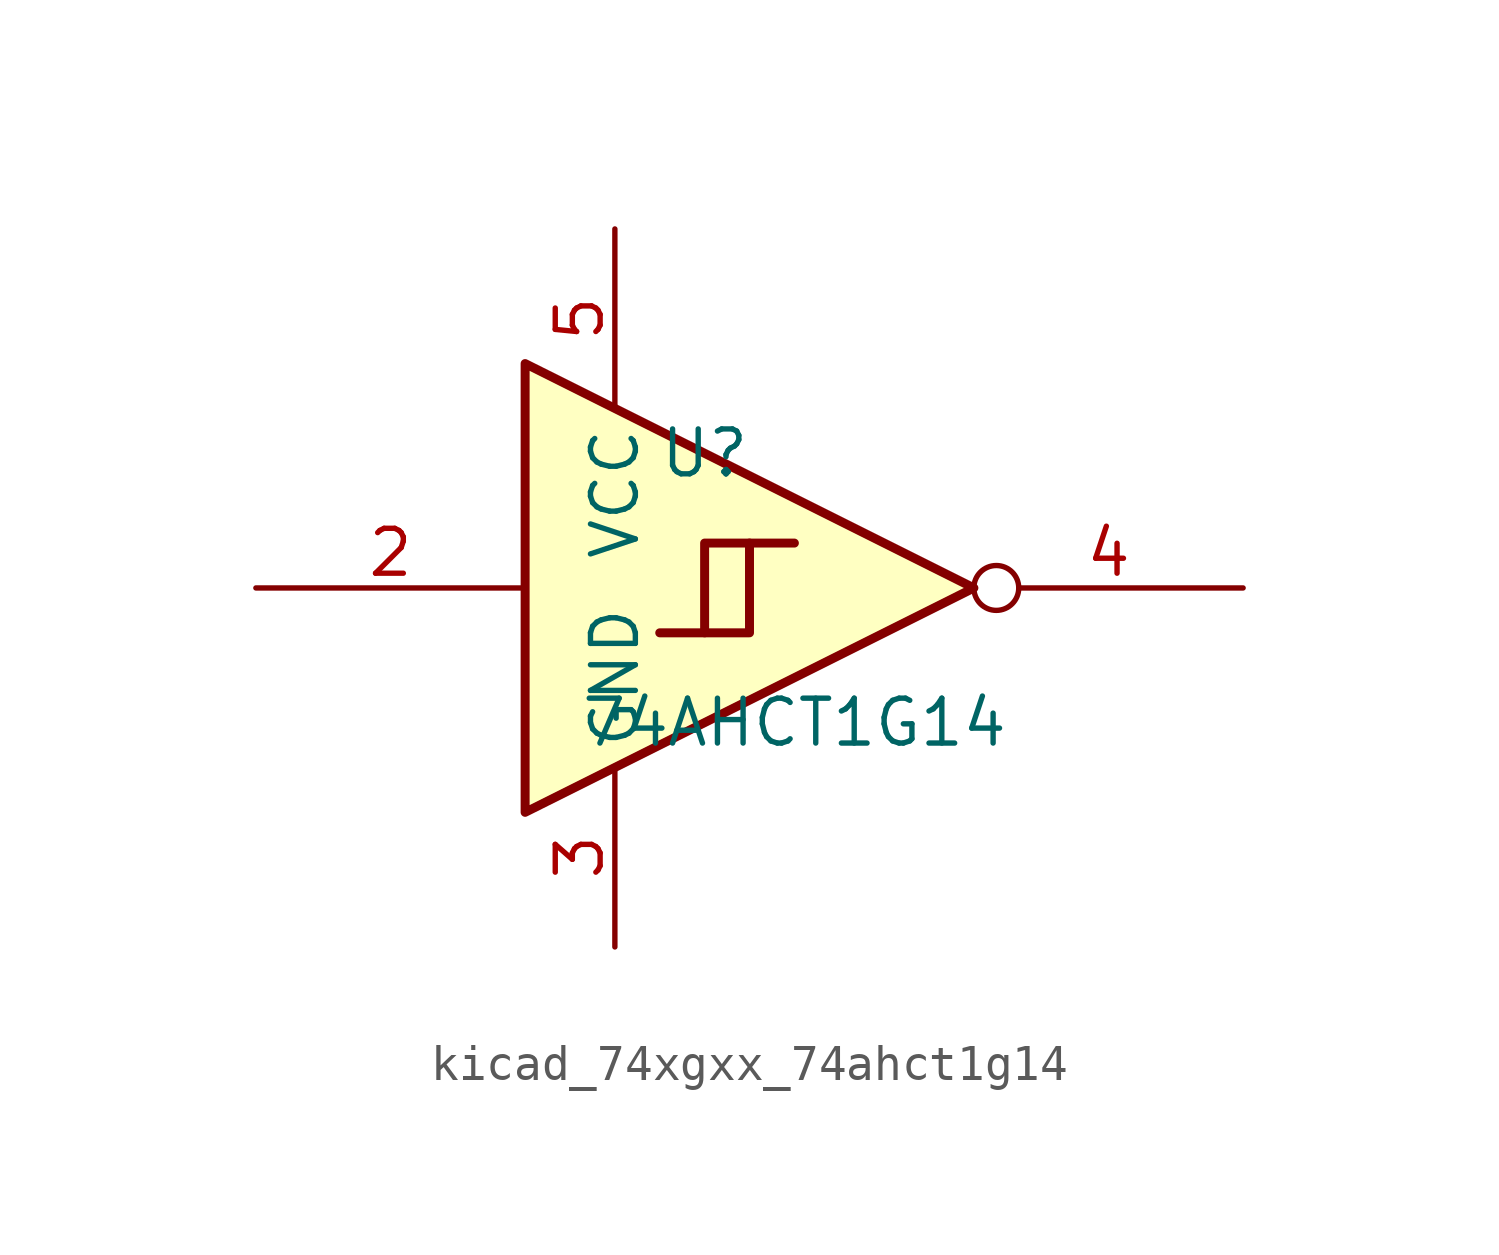
<source format=kicad_sym>
(kicad_symbol_lib
  (version 20220914)
  (generator kicad_symbol_editor)
  (symbol "kicad_74xgxx_74ahct1g14"
    (property "Reference" "U"
      (at -2.54 3.81 0)
      (effects (font (size 1.27 1.27))))
    (property "Value" "74AHCT1G14"
      (at 0 -3.81 0)
      (effects (font (size 1.27 1.27))))
    (symbol "kicad_74xgxx_74ahct1g14_0_1"
      (polyline (pts (xy -2.54 -1.27) (xy -1.27 -1.27) (xy -1.27 1.27)) (stroke (width 0.254) (type default)) (fill (type background)))
      (polyline (pts (xy -7.62 6.35) (xy -7.62 -6.35) (xy 5.08 0) (xy -7.62 6.35)) (stroke (width 0.254) (type default)) (fill (type background)))
      (polyline (pts (xy -3.81 -1.27) (xy -2.54 -1.27) (xy -2.54 1.27) (xy 0 1.27)) (stroke (width 0.254) (type default)) (fill (type background))))
    (symbol "kicad_74xgxx_74ahct1g14_1_1"
      (pin input line (at -15.24 0 0) (length 7.62) (name "~" (effects (font (size 1.27 1.27)))) (number "2" (effects (font (size 1.27 1.27)))))
      (pin power_in line (at -5.08 -10.16 90) (length 5.08) (name "GND" (effects (font (size 1.27 1.27)))) (number "3" (effects (font (size 1.27 1.27)))))
      (pin output inverted (at 12.7 0 180) (length 7.62) (name "~" (effects (font (size 1.27 1.27)))) (number "4" (effects (font (size 1.27 1.27)))))
      (pin power_in line (at -5.08 10.16 270) (length 5.08) (name "VCC" (effects (font (size 1.27 1.27)))) (number "5" (effects (font (size 1.27 1.27))))))))
</source>
